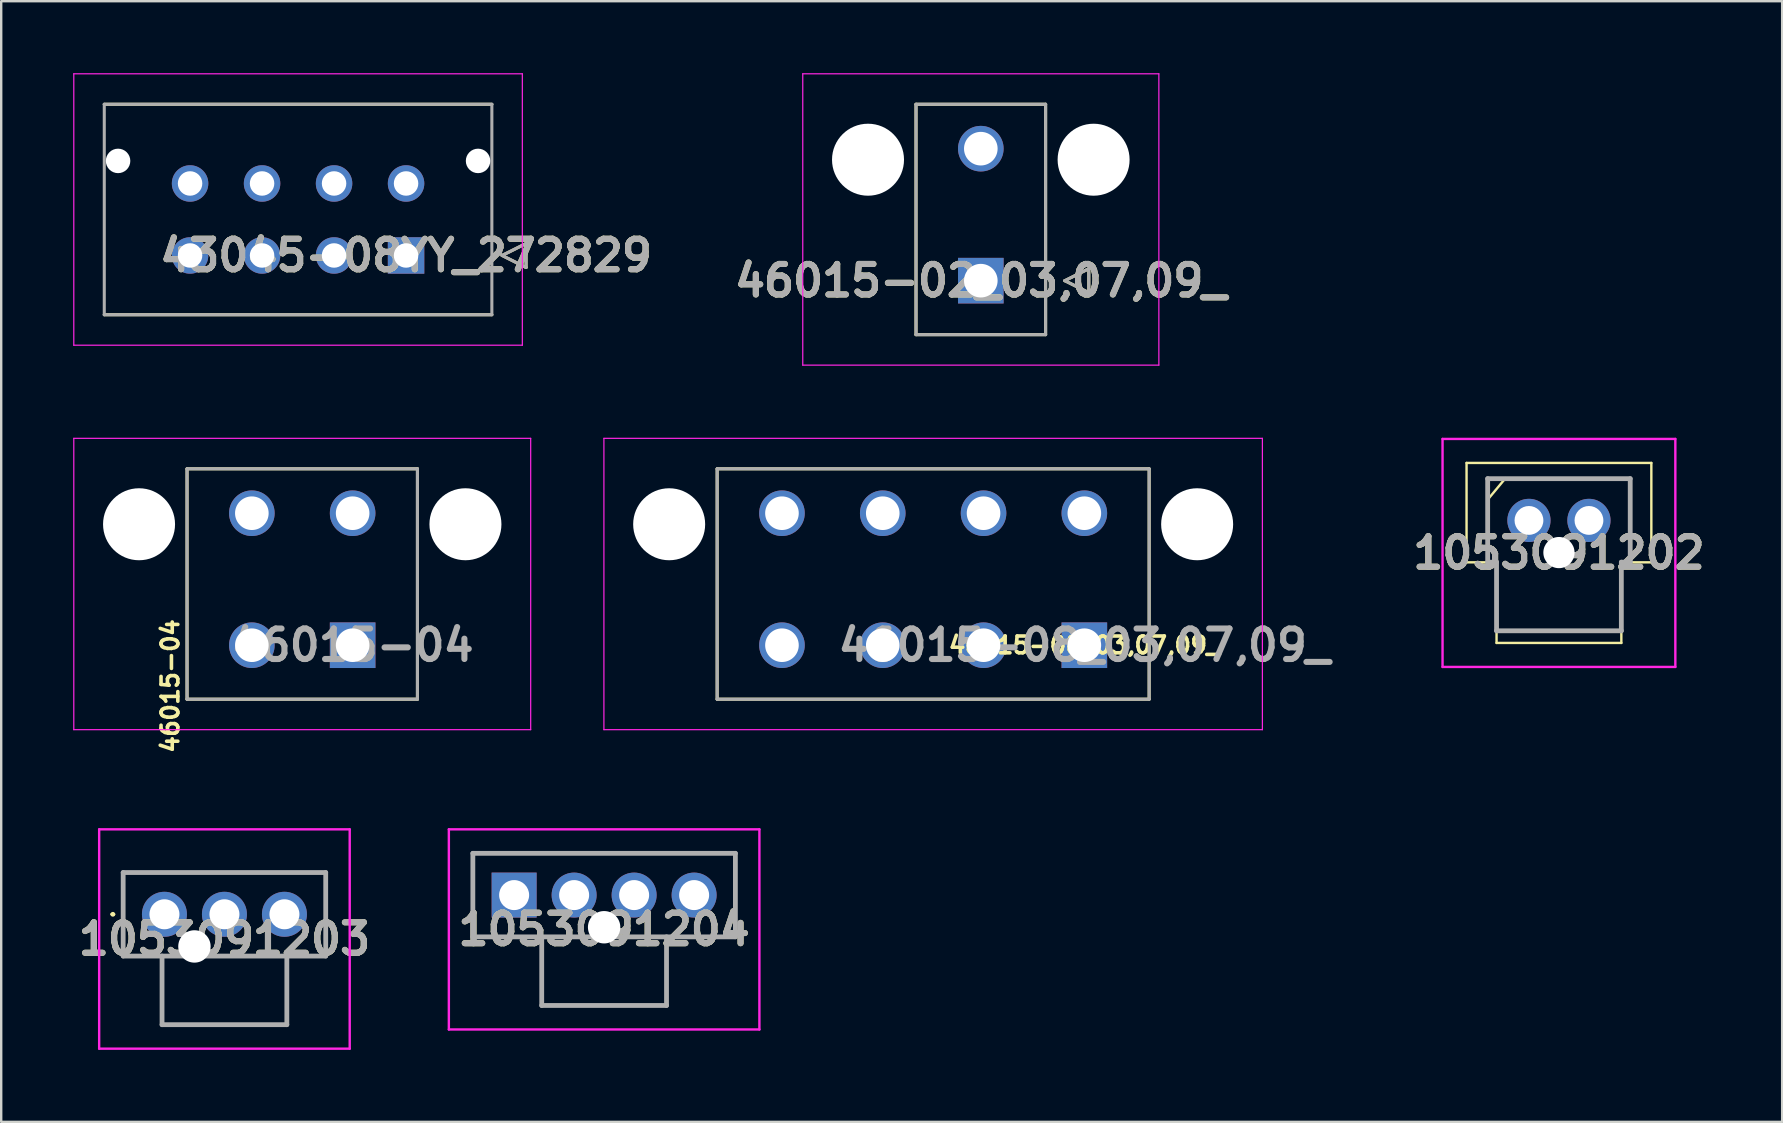
<source format=kicad_pcb>
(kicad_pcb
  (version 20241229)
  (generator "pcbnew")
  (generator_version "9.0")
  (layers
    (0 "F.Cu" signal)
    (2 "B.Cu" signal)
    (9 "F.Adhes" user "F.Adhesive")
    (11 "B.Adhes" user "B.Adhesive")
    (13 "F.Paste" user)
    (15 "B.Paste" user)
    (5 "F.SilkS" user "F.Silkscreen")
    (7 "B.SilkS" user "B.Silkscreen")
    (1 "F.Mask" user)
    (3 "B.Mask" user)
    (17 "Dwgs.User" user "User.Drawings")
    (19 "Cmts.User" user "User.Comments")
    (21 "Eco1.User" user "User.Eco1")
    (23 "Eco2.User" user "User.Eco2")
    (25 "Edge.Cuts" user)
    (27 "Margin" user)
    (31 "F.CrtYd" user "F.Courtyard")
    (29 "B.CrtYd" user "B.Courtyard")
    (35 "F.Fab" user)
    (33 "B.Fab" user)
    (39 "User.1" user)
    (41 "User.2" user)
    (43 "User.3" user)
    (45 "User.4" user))
  (footprint "46015-02_03,07,09_"
    (layer "F.Cu")
    (at 37.819 8.645)
    (property "Reference" "46015-02_03,07,09_" (at 0 0 0) (layer "F.SilkS") (effects (font (size 1.27 1.27) (thickness 0.254))))
    (attr through_hole)
    (fp_line (start -2.7 -7.35) (end 2.7 -7.35) (stroke (width 0.127) (type solid)) (layer "F.SilkS"))
    (fp_line (start -2.7 2.25) (end -2.7 -7.35) (stroke (width 0.127) (type solid)) (layer "F.SilkS"))
    (fp_line (start 2.7 -7.35) (end 2.7 2.25) (stroke (width 0.127) (type solid)) (layer "F.SilkS"))
    (fp_line (start 2.7 2.25) (end -2.7 2.25) (stroke (width 0.127) (type solid)) (layer "F.SilkS"))
    (fp_line (start 3.5 0) (end 4.5 -0.5) (stroke (width 0.127) (type solid)) (layer "F.SilkS"))
    (fp_line (start 4.5 -0.5) (end 4.5 0.5) (stroke (width 0.127) (type solid)) (layer "F.SilkS"))
    (fp_line (start 4.5 0.5) (end 3.5 0) (stroke (width 0.127) (type solid)) (layer "F.SilkS"))
    (fp_line (start -7.419 -8.62) (end 7.419 -8.62) (stroke (width 0.05) (type solid)) (layer "F.CrtYd"))
    (fp_line (start -7.419 3.52) (end -7.419 -8.62) (stroke (width 0.05) (type solid)) (layer "F.CrtYd"))
    (fp_line (start 7.419 -8.62) (end 7.419 3.52) (stroke (width 0.05) (type solid)) (layer "F.CrtYd"))
    (fp_line (start 7.419 3.52) (end -7.419 3.52) (stroke (width 0.05) (type solid)) (layer "F.CrtYd"))
    (fp_line (start -2.7 -7.35) (end 2.7 -7.35) (stroke (width 0.127) (type solid)) (layer "F.Fab"))
    (fp_line (start -2.7 2.25) (end -2.7 -7.35) (stroke (width 0.127) (type solid)) (layer "F.Fab"))
    (fp_line (start 2.7 -7.35) (end 2.7 2.25) (stroke (width 0.127) (type solid)) (layer "F.Fab"))
    (fp_line (start 2.7 2.25) (end -2.7 2.25) (stroke (width 0.127) (type solid)) (layer "F.Fab"))
    (fp_line (start 3.5 0) (end 4.5 -0.5) (stroke (width 0.127) (type solid)) (layer "F.Fab"))
    (fp_line (start 4.5 -0.5) (end 4.5 0.5) (stroke (width 0.127) (type solid)) (layer "F.Fab"))
    (fp_line (start 4.5 0.5) (end 3.5 0) (stroke (width 0.127) (type solid)) (layer "F.Fab"))
    (fp_text user "${REFERENCE}" (at 0 0 0) (layer "F.Fab") (effects (font (size 1.27 1.27) (thickness 0.254))))
    (pad "" np_thru_hole circle (at -4.7 -5.04) (size 3 3) (drill 3) (layers "*.Cu" "*.Mask"))
    (pad "" np_thru_hole circle (at 4.7 -5.04) (size 3 3) (drill 3) (layers "*.Cu" "*.Mask"))
    (pad "1" thru_hole rect (at 0 0) (size 1.9 1.9) (drill 1.4) (layers "*.Cu" "*.Mask"))
    (pad "2" thru_hole circle (at 0 -5.5) (size 1.9 1.9) (drill 1.4) (layers "*.Cu" "*.Mask")))
  (footprint "1053091204"
    (layer "F.Cu")
    (at 18.373 34.247)
    (property "Reference" "1053091204" (at 3.75 1.43 0) (layer "F.SilkS") (effects (font (size 1.27 1.27) (thickness 0.254))))
    (attr through_hole)
    (fp_line (start -1.72 -1.74) (end 9.22 -1.74) (stroke (width 0.1) (type solid)) (layer "F.SilkS"))
    (fp_line (start -1.72 1.74) (end -1.72 -1.74) (stroke (width 0.1) (type solid)) (layer "F.SilkS"))
    (fp_line (start 2.75 1.74) (end -1.72 1.74) (stroke (width 0.1) (type solid)) (layer "F.SilkS"))
    (fp_line (start 9.22 -1.74) (end 9.22 1.74) (stroke (width 0.1) (type solid)) (layer "F.SilkS"))
    (fp_line (start 9.22 1.74) (end 4.75 1.76) (stroke (width 0.1) (type solid)) (layer "F.SilkS"))
    (fp_line (start -2.72 -2.74) (end 10.22 -2.74) (stroke (width 0.1) (type solid)) (layer "F.CrtYd"))
    (fp_line (start -2.72 5.6) (end -2.72 -2.74) (stroke (width 0.1) (type solid)) (layer "F.CrtYd"))
    (fp_line (start 10.22 -2.74) (end 10.22 5.6) (stroke (width 0.1) (type solid)) (layer "F.CrtYd"))
    (fp_line (start 10.22 5.6) (end -2.72 5.6) (stroke (width 0.1) (type solid)) (layer "F.CrtYd"))
    (fp_line (start -1.72 -1.74) (end 9.22 -1.74) (stroke (width 0.2) (type solid)) (layer "F.Fab"))
    (fp_line (start -1.72 1.74) (end -1.72 -1.74) (stroke (width 0.2) (type solid)) (layer "F.Fab"))
    (fp_line (start 1.15 1.74) (end 1.15 4.6) (stroke (width 0.2) (type solid)) (layer "F.Fab"))
    (fp_line (start 1.15 4.6) (end 6.35 4.6) (stroke (width 0.2) (type solid)) (layer "F.Fab"))
    (fp_line (start 6.35 4.6) (end 6.35 1.74) (stroke (width 0.2) (type solid)) (layer "F.Fab"))
    (fp_line (start 9.22 -1.74) (end 9.22 1.74) (stroke (width 0.2) (type solid)) (layer "F.Fab"))
    (fp_line (start 9.22 1.74) (end -1.72 1.74) (stroke (width 0.2) (type solid)) (layer "F.Fab"))
    (fp_text user "${REFERENCE}" (at 3.75 1.43 0) (layer "F.Fab") (effects (font (size 1.27 1.27) (thickness 0.254))))
    (pad "" np_thru_hole circle (at 3.75 1.34) (size 1.35 1.35) (drill 1.35) (layers "*.Cu" "*.Mask"))
    (pad "1" thru_hole rect (at 0 0) (size 1.875 1.875) (drill 1.25) (layers "*.Cu" "*.Mask"))
    (pad "2" thru_hole circle (at 2.5 0) (size 1.875 1.875) (drill 1.25) (layers "*.Cu" "*.Mask"))
    (pad "3" thru_hole circle (at 5 0) (size 1.875 1.875) (drill 1.25) (layers "*.Cu" "*.Mask"))
    (pad "4" thru_hole circle (at 7.5 0) (size 1.875 1.875) (drill 1.25) (layers "*.Cu" "*.Mask")))
  (footprint "1053091202"
    (layer "F.Cu")
    (at 60.659 18.635)
    (property "Reference" "1053091202" (at 1.25 1.355 0) (layer "F.SilkS") (effects (font (size 1.27 1.27) (thickness 0.254))))
    (attr through_hole)
    (fp_line (start -2.6 -2.395) (end 5.1 -2.395) (stroke (width 0.1) (type solid)) (layer "F.SilkS"))
    (fp_line (start -2.6 1.747) (end -2.6 -2.395) (stroke (width 0.1) (type solid)) (layer "F.SilkS"))
    (fp_line (start -1.73 -0.854) (end -0.974 -1.763) (stroke (width 0.1) (type solid)) (layer "F.SilkS"))
    (fp_line (start -1.72 -1.74) (end -1.72 1.74) (stroke (width 0.1) (type solid)) (layer "F.SilkS"))
    (fp_line (start -1.72 1.74) (end -1.35 1.74) (stroke (width 0.1) (type solid)) (layer "F.SilkS"))
    (fp_line (start -1.35 1.74) (end -1.35 4.6) (stroke (width 0.1) (type solid)) (layer "F.SilkS"))
    (fp_line (start -1.35 1.747) (end -2.6 1.747) (stroke (width 0.1) (type solid)) (layer "F.SilkS"))
    (fp_line (start -1.35 4.6) (end 3.85 4.6) (stroke (width 0.1) (type solid)) (layer "F.SilkS"))
    (fp_line (start -1.35 5.105) (end -1.35 1.747) (stroke (width 0.1) (type solid)) (layer "F.SilkS"))
    (fp_line (start 3.85 1.74) (end 4.22 1.74) (stroke (width 0.1) (type solid)) (layer "F.SilkS"))
    (fp_line (start 3.85 1.747) (end 3.85 5.105) (stroke (width 0.1) (type solid)) (layer "F.SilkS"))
    (fp_line (start 3.85 4.6) (end 3.85 1.74) (stroke (width 0.1) (type solid)) (layer "F.SilkS"))
    (fp_line (start 3.85 5.105) (end -1.35 5.105) (stroke (width 0.1) (type solid)) (layer "F.SilkS"))
    (fp_line (start 4.22 -1.74) (end -1.72 -1.74) (stroke (width 0.1) (type solid)) (layer "F.SilkS"))
    (fp_line (start 4.22 1.74) (end 4.22 -1.74) (stroke (width 0.1) (type solid)) (layer "F.SilkS"))
    (fp_line (start 5.1 -2.395) (end 5.1 1.747) (stroke (width 0.1) (type solid)) (layer "F.SilkS"))
    (fp_line (start 5.1 1.747) (end 3.85 1.747) (stroke (width 0.1) (type solid)) (layer "F.SilkS"))
    (fp_line (start -3.6 -3.395) (end 6.1 -3.395) (stroke (width 0.1) (type solid)) (layer "F.CrtYd"))
    (fp_line (start -3.6 6.105) (end -3.6 -3.395) (stroke (width 0.1) (type solid)) (layer "F.CrtYd"))
    (fp_line (start 6.1 -3.395) (end 6.1 6.105) (stroke (width 0.1) (type solid)) (layer "F.CrtYd"))
    (fp_line (start 6.1 6.105) (end -3.6 6.105) (stroke (width 0.1) (type solid)) (layer "F.CrtYd"))
    (fp_line (start -1.72 -1.74) (end -1.72 1.74) (stroke (width 0.2) (type solid)) (layer "F.Fab"))
    (fp_line (start -1.72 1.74) (end -1.35 1.74) (stroke (width 0.2) (type solid)) (layer "F.Fab"))
    (fp_line (start -1.35 1.74) (end -1.35 4.6) (stroke (width 0.2) (type solid)) (layer "F.Fab"))
    (fp_line (start -1.35 4.6) (end 3.85 4.6) (stroke (width 0.2) (type solid)) (layer "F.Fab"))
    (fp_line (start 3.85 1.74) (end 4.22 1.74) (stroke (width 0.2) (type solid)) (layer "F.Fab"))
    (fp_line (start 3.85 4.6) (end 3.85 1.74) (stroke (width 0.2) (type solid)) (layer "F.Fab"))
    (fp_line (start 4.22 -1.74) (end -1.72 -1.74) (stroke (width 0.2) (type solid)) (layer "F.Fab"))
    (fp_line (start 4.22 1.74) (end 4.22 -1.74) (stroke (width 0.2) (type solid)) (layer "F.Fab"))
    (fp_text user "${REFERENCE}" (at 1.25 1.355 0) (layer "F.Fab") (effects (font (size 1.27 1.27) (thickness 0.254))))
    (pad "" np_thru_hole circle (at 1.25 1.34) (size 1.3 1.3) (drill 1.3) (layers "*.Cu" "*.Mask"))
    (pad "1" thru_hole circle (at 0 0) (size 1.8 1.8) (drill 1.2) (layers "*.Cu" "*.Mask"))
    (pad "2" thru_hole circle (at 2.5 0) (size 1.8 1.8) (drill 1.2) (layers "*.Cu" "*.Mask")))
  (footprint "46015-08_03,07,09_"
    (layer "F.Cu")
    (at 42.133 23.835)
    (property "Reference" "46015-08_03,07,09_" (at 0 0 0) (layer "F.SilkS") (effects (font (size 0.7 0.7) (thickness 0.15))))
    (attr through_hole)
    (fp_line (start -15.3 -7.35) (end 2.7 -7.35) (stroke (width 0.127) (type solid)) (layer "F.SilkS"))
    (fp_line (start -15.3 2.25) (end -15.3 -7.35) (stroke (width 0.127) (type solid)) (layer "F.SilkS"))
    (fp_line (start 2.7 -7.35) (end 2.7 2.25) (stroke (width 0.127) (type solid)) (layer "F.SilkS"))
    (fp_line (start 2.7 2.25) (end -15.3 2.25) (stroke (width 0.127) (type solid)) (layer "F.SilkS"))
    (fp_line (start -20.019 -8.62) (end 7.419 -8.62) (stroke (width 0.05) (type solid)) (layer "F.CrtYd"))
    (fp_line (start -20.019 3.52) (end -20.019 -8.62) (stroke (width 0.05) (type solid)) (layer "F.CrtYd"))
    (fp_line (start 7.419 -8.62) (end 7.419 3.52) (stroke (width 0.05) (type solid)) (layer "F.CrtYd"))
    (fp_line (start 7.419 3.52) (end -20.019 3.52) (stroke (width 0.05) (type solid)) (layer "F.CrtYd"))
    (fp_line (start -15.3 -7.35) (end 2.7 -7.35) (stroke (width 0.127) (type solid)) (layer "F.Fab"))
    (fp_line (start -15.3 2.25) (end -15.3 -7.35) (stroke (width 0.127) (type solid)) (layer "F.Fab"))
    (fp_line (start 2.7 -7.35) (end 2.7 2.25) (stroke (width 0.127) (type solid)) (layer "F.Fab"))
    (fp_line (start 2.7 2.25) (end -15.3 2.25) (stroke (width 0.127) (type solid)) (layer "F.Fab"))
    (fp_text user "${REFERENCE}" (at 0 0 0) (layer "F.Fab") (effects (font (size 1.27 1.27) (thickness 0.254))))
    (pad "" np_thru_hole circle (at -17.3 -5.04) (size 3 3) (drill 3) (layers "*.Cu" "*.Mask"))
    (pad "" np_thru_hole circle (at 4.7 -5.04) (size 3 3) (drill 3) (layers "*.Cu" "*.Mask"))
    (pad "1" thru_hole rect (at 0 0) (size 1.9 1.9) (drill 1.4) (layers "*.Cu" "*.Mask"))
    (pad "2" thru_hole circle (at -4.2 0) (size 1.9 1.9) (drill 1.4) (layers "*.Cu" "*.Mask"))
    (pad "3" thru_hole circle (at -8.4 0) (size 1.9 1.9) (drill 1.4) (layers "*.Cu" "*.Mask"))
    (pad "4" thru_hole circle (at -12.6 0) (size 1.9 1.9) (drill 1.4) (layers "*.Cu" "*.Mask"))
    (pad "5" thru_hole circle (at 0 -5.5) (size 1.9 1.9) (drill 1.4) (layers "*.Cu" "*.Mask"))
    (pad "6" thru_hole circle (at -4.2 -5.5) (size 1.9 1.9) (drill 1.4) (layers "*.Cu" "*.Mask"))
    (pad "7" thru_hole circle (at -8.4 -5.5) (size 1.9 1.9) (drill 1.4) (layers "*.Cu" "*.Mask"))
    (pad "8" thru_hole circle (at -12.6 -5.5) (size 1.9 1.9) (drill 1.4) (layers "*.Cu" "*.Mask")))
  (footprint "43045-08YY_272829"
    (layer "F.Cu")
    (at 13.87 7.595)
    (property "Reference" "43045-08YY_272829" (at 0 0 0) (layer "F.SilkS") (effects (font (size 1.27 1.27) (thickness 0.254))))
    (attr through_hole)
    (fp_line (start -12.575 -6.3) (end 3.575 -6.3) (stroke (width 0.127) (type solid)) (layer "F.SilkS"))
    (fp_line (start 3.575 2.47) (end -12.575 2.47) (stroke (width 0.127) (type solid)) (layer "F.SilkS"))
    (fp_line (start 4 0) (end 5 -0.5) (stroke (width 0.127) (type solid)) (layer "F.SilkS"))
    (fp_line (start 5 -0.5) (end 5 0.5) (stroke (width 0.127) (type solid)) (layer "F.SilkS"))
    (fp_line (start 5 0.5) (end 4 0) (stroke (width 0.127) (type solid)) (layer "F.SilkS"))
    (fp_line (start -13.845 -7.57) (end 4.845 -7.57) (stroke (width 0.05) (type solid)) (layer "F.CrtYd"))
    (fp_line (start -13.845 3.74) (end -13.845 -7.57) (stroke (width 0.05) (type solid)) (layer "F.CrtYd"))
    (fp_line (start 4.845 -7.57) (end 4.845 3.74) (stroke (width 0.05) (type solid)) (layer "F.CrtYd"))
    (fp_line (start 4.845 3.74) (end -13.845 3.74) (stroke (width 0.05) (type solid)) (layer "F.CrtYd"))
    (fp_line (start -12.575 -6.3) (end 3.575 -6.3) (stroke (width 0.127) (type solid)) (layer "F.Fab"))
    (fp_line (start -12.575 2.47) (end -12.575 -6.3) (stroke (width 0.127) (type solid)) (layer "F.Fab"))
    (fp_line (start 3.575 -6.3) (end 3.575 2.47) (stroke (width 0.127) (type solid)) (layer "F.Fab"))
    (fp_line (start 3.575 2.47) (end -12.575 2.47) (stroke (width 0.127) (type solid)) (layer "F.Fab"))
    (fp_line (start 4 0) (end 5 -0.5) (stroke (width 0.127) (type solid)) (layer "F.Fab"))
    (fp_line (start 5 -0.5) (end 5 0.5) (stroke (width 0.127) (type solid)) (layer "F.Fab"))
    (fp_line (start 5 0.5) (end 4 0) (stroke (width 0.127) (type solid)) (layer "F.Fab"))
    (fp_text user "${REFERENCE}" (at 0 0 0) (layer "F.Fab") (effects (font (size 1.27 1.27) (thickness 0.254))))
    (pad "" np_thru_hole circle (at -12 -3.94) (size 1.02 1.02) (drill 1.02) (layers "*.Cu" "*.Mask"))
    (pad "" np_thru_hole circle (at 3 -3.94) (size 1.02 1.02) (drill 1.02) (layers "*.Cu" "*.Mask"))
    (pad "1" thru_hole rect (at 0 0) (size 1.52 1.52) (drill 1.02) (layers "*.Cu" "*.Mask"))
    (pad "2" thru_hole circle (at -3 0) (size 1.52 1.52) (drill 1.02) (layers "*.Cu" "*.Mask"))
    (pad "3" thru_hole circle (at -6 0) (size 1.52 1.52) (drill 1.02) (layers "*.Cu" "*.Mask"))
    (pad "4" thru_hole circle (at -9 0) (size 1.52 1.52) (drill 1.02) (layers "*.Cu" "*.Mask"))
    (pad "5" thru_hole circle (at 0 -3) (size 1.52 1.52) (drill 1.02) (layers "*.Cu" "*.Mask"))
    (pad "6" thru_hole circle (at -3 -3) (size 1.52 1.52) (drill 1.02) (layers "*.Cu" "*.Mask"))
    (pad "7" thru_hole circle (at -6 -3) (size 1.52 1.52) (drill 1.02) (layers "*.Cu" "*.Mask"))
    (pad "8" thru_hole circle (at -9 -3) (size 1.52 1.52) (drill 1.02) (layers "*.Cu" "*.Mask")))
  (footprint "1053091203"
    (layer "F.Cu")
    (at 3.802 35.047)
    (property "Reference" "1053091203" (at 2.5 1.03 0) (layer "F.SilkS") (effects (font (size 1.27 1.27) (thickness 0.254))))
    (attr through_hole)
    (fp_line (start -2.2 0) (end -2.2 0) (stroke (width 0.1) (type solid)) (layer "F.SilkS"))
    (fp_line (start -2.1 0) (end -2.1 0) (stroke (width 0.1) (type solid)) (layer "F.SilkS"))
    (fp_line (start -1.72 -1.74) (end 6.72 -1.74) (stroke (width 0.1) (type solid)) (layer "F.SilkS"))
    (fp_line (start -1.72 1.75) (end -1.72 -1.74) (stroke (width 0.1) (type solid)) (layer "F.SilkS"))
    (fp_line (start -0.1 1.74) (end -1.72 1.75) (stroke (width 0.1) (type solid)) (layer "F.SilkS"))
    (fp_line (start 6.72 -1.74) (end 6.72 1.75) (stroke (width 0.1) (type solid)) (layer "F.SilkS"))
    (fp_line (start 6.72 1.75) (end 2.5 1.74) (stroke (width 0.1) (type solid)) (layer "F.SilkS"))
    (fp_arc (start -2.2 0) (mid -2.15 -0.05) (end -2.1 0) (stroke (width 0.1) (type solid)) (layer "F.SilkS"))
    (fp_arc (start -2.1 0) (mid -2.15 0.05) (end -2.2 0) (stroke (width 0.1) (type solid)) (layer "F.SilkS"))
    (fp_line (start -2.72 -3.54) (end 7.72 -3.54) (stroke (width 0.1) (type solid)) (layer "F.CrtYd"))
    (fp_line (start -2.72 5.6) (end -2.72 -3.54) (stroke (width 0.1) (type solid)) (layer "F.CrtYd"))
    (fp_line (start 7.72 -3.54) (end 7.72 5.6) (stroke (width 0.1) (type solid)) (layer "F.CrtYd"))
    (fp_line (start 7.72 5.6) (end -2.72 5.6) (stroke (width 0.1) (type solid)) (layer "F.CrtYd"))
    (fp_line (start -1.72 -1.74) (end 6.72 -1.74) (stroke (width 0.2) (type solid)) (layer "F.Fab"))
    (fp_line (start -1.72 1.74) (end -1.72 -1.74) (stroke (width 0.2) (type solid)) (layer "F.Fab"))
    (fp_line (start -0.1 1.74) (end -0.1 4.6) (stroke (width 0.2) (type solid)) (layer "F.Fab"))
    (fp_line (start -0.1 4.6) (end 5.1 4.6) (stroke (width 0.2) (type solid)) (layer "F.Fab"))
    (fp_line (start 5.1 4.6) (end 5.1 1.74) (stroke (width 0.2) (type solid)) (layer "F.Fab"))
    (fp_line (start 6.72 -1.74) (end 6.72 1.74) (stroke (width 0.2) (type solid)) (layer "F.Fab"))
    (fp_line (start 6.72 1.74) (end -1.72 1.74) (stroke (width 0.2) (type solid)) (layer "F.Fab"))
    (fp_text user "${REFERENCE}" (at 2.5 1.03 0) (layer "F.Fab") (effects (font (size 1.27 1.27) (thickness 0.254))))
    (pad "" np_thru_hole circle (at 1.25 1.34) (size 1.35 1.35) (drill 1.35) (layers "*.Cu" "*.Mask"))
    (pad "1" thru_hole circle (at 0 0) (size 1.875 1.875) (drill 1.25) (layers "*.Cu" "*.Mask"))
    (pad "2" thru_hole circle (at 2.5 0) (size 1.875 1.875) (drill 1.25) (layers "*.Cu" "*.Mask"))
    (pad "3" thru_hole circle (at 5 0) (size 1.875 1.875) (drill 1.25) (layers "*.Cu" "*.Mask")))
  (footprint "46015-04"
    (layer "F.Cu")
    (at 11.644 23.835)
    (property "Reference" "46015-04" (at -7.6 1.7 270) (layer "F.SilkS") (effects (font (size 0.7 0.7) (thickness 0.15))))
    (attr through_hole)
    (fp_line (start -6.9 -7.35) (end 2.7 -7.35) (stroke (width 0.127) (type solid)) (layer "F.SilkS"))
    (fp_line (start -6.9 2.25) (end -6.9 -7.35) (stroke (width 0.127) (type solid)) (layer "F.SilkS"))
    (fp_line (start 2.7 -7.35) (end 2.7 2.25) (stroke (width 0.127) (type solid)) (layer "F.SilkS"))
    (fp_line (start 2.7 2.25) (end -6.9 2.25) (stroke (width 0.127) (type solid)) (layer "F.SilkS"))
    (fp_line (start -11.619 -8.62) (end 7.419 -8.62) (stroke (width 0.05) (type solid)) (layer "F.CrtYd"))
    (fp_line (start -11.619 3.52) (end -11.619 -8.62) (stroke (width 0.05) (type solid)) (layer "F.CrtYd"))
    (fp_line (start 7.419 -8.62) (end 7.419 3.52) (stroke (width 0.05) (type solid)) (layer "F.CrtYd"))
    (fp_line (start 7.419 3.52) (end -11.619 3.52) (stroke (width 0.05) (type solid)) (layer "F.CrtYd"))
    (fp_line (start -6.9 -7.35) (end 2.7 -7.35) (stroke (width 0.127) (type solid)) (layer "F.Fab"))
    (fp_line (start -6.9 2.25) (end -6.9 -7.35) (stroke (width 0.127) (type solid)) (layer "F.Fab"))
    (fp_line (start 2.7 -7.35) (end 2.7 2.25) (stroke (width 0.127) (type solid)) (layer "F.Fab"))
    (fp_line (start 2.7 2.25) (end -6.9 2.25) (stroke (width 0.127) (type solid)) (layer "F.Fab"))
    (fp_text user "${REFERENCE}" (at 0 0 0) (layer "F.Fab") (effects (font (size 1.27 1.27) (thickness 0.254))))
    (pad "" np_thru_hole circle (at -8.9 -5.04) (size 3 3) (drill 3) (layers "*.Cu" "*.Mask"))
    (pad "" np_thru_hole circle (at 4.7 -5.04) (size 3 3) (drill 3) (layers "*.Cu" "*.Mask"))
    (pad "1" thru_hole rect (at 0 0) (size 1.9 1.9) (drill 1.4) (layers "*.Cu" "*.Mask"))
    (pad "2" thru_hole circle (at -4.2 0) (size 1.9 1.9) (drill 1.4) (layers "*.Cu" "*.Mask"))
    (pad "3" thru_hole circle (at 0 -5.5) (size 1.9 1.9) (drill 1.4) (layers "*.Cu" "*.Mask"))
    (pad "4" thru_hole circle (at -4.2 -5.5) (size 1.9 1.9) (drill 1.4) (layers "*.Cu" "*.Mask")))
  (gr_rect
    (start -3 -3)
    (end 71.21 43.697)
    (stroke (width 0.1) (type default))
    (fill no)
    (layer "Edge.Cuts")))
</source>
